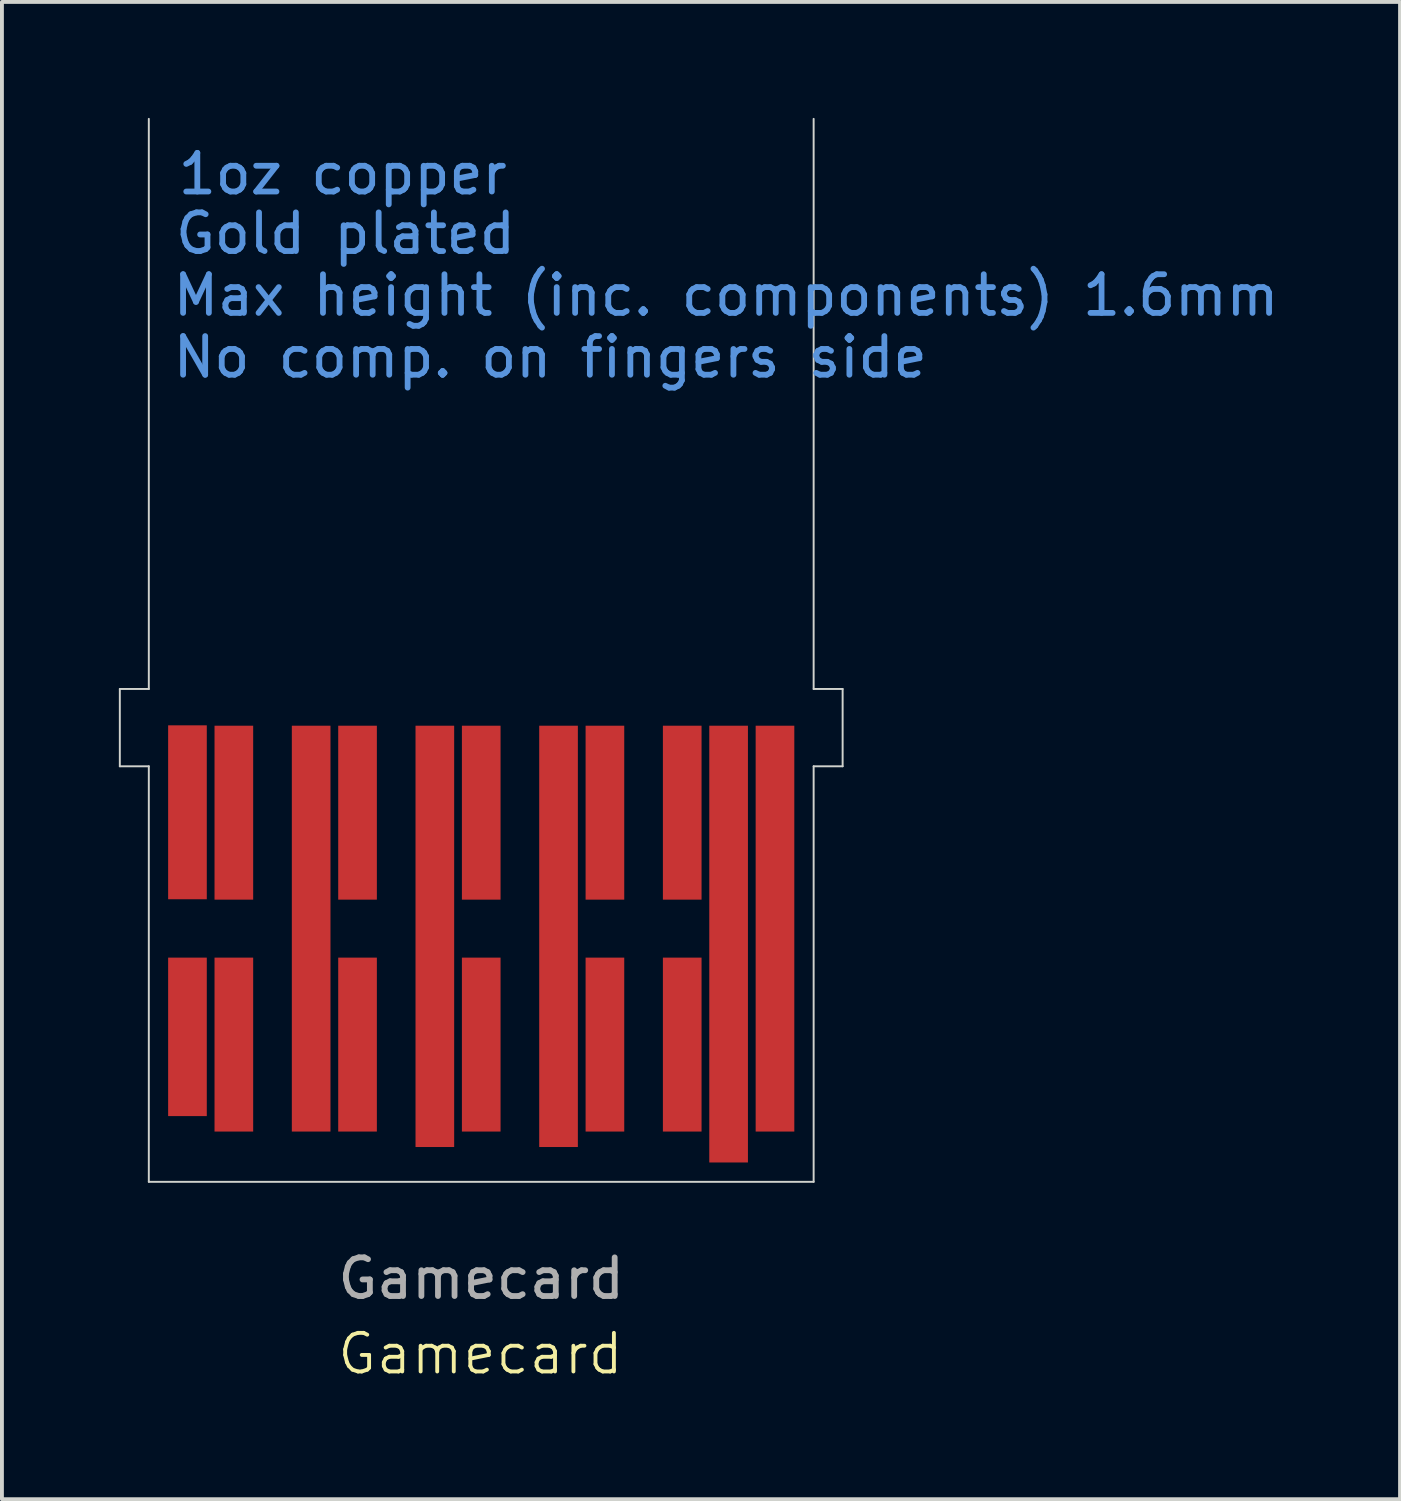
<source format=kicad_pcb>
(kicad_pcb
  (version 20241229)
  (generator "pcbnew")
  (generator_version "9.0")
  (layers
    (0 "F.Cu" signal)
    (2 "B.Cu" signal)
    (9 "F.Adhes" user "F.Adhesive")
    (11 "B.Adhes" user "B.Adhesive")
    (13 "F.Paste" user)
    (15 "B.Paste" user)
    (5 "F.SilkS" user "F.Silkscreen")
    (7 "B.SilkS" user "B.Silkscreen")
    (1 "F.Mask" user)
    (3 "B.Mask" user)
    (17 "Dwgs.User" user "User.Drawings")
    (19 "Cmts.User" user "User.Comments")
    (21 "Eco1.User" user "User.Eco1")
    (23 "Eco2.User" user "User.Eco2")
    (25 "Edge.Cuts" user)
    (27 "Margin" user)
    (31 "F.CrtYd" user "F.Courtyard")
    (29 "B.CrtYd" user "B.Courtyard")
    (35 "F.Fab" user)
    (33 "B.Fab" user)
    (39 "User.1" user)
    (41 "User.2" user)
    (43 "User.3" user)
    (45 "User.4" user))
  (footprint "Gamecard"
    (layer "F.Cu")
    (at 9.4 27.525)
    (property "Reference" "Gamecard" (at -0.02 4.45 0) (unlocked yes) (layer "F.SilkS") (effects (font (size 1 1) (thickness 0.1))))
    (attr smd)
    (fp_rect (start -9.35 -11.8) (end -8.6 -10.75) (stroke (width 0.1) (type solid)) (fill yes) (layer "F.Mask"))
    (fp_rect (start -8.6 -11.8) (end 8.6 0) (stroke (width 0.1) (type solid)) (fill yes) (layer "F.Mask"))
    (fp_rect (start 8.6 -11.8) (end 9.35 -10.75) (stroke (width 0.1) (type solid)) (fill yes) (layer "F.Mask"))
    (fp_line (start -9.35 -12.75) (end -8.6 -12.75) (stroke (width 0.05) (type default)) (layer "Edge.Cuts"))
    (fp_line (start -9.35 -10.75) (end -9.35 -12.75) (stroke (width 0.05) (type default)) (layer "Edge.Cuts"))
    (fp_line (start -8.6 -27.5) (end -8.6 -12.75) (stroke (width 0.05) (type default)) (layer "Edge.Cuts"))
    (fp_line (start -8.6 -10.75) (end -9.35 -10.75) (stroke (width 0.05) (type default)) (layer "Edge.Cuts"))
    (fp_line (start -8.6 0) (end -8.6 -10.75) (stroke (width 0.05) (type default)) (layer "Edge.Cuts"))
    (fp_line (start -8.6 0) (end 8.6 0) (stroke (width 0.05) (type default)) (layer "Edge.Cuts"))
    (fp_line (start 8.6 -12.75) (end 8.6 -27.5) (stroke (width 0.05) (type default)) (layer "Edge.Cuts"))
    (fp_line (start 8.6 -10.75) (end 9.35 -10.75) (stroke (width 0.05) (type default)) (layer "Edge.Cuts"))
    (fp_line (start 8.6 0) (end 8.6 -10.75) (stroke (width 0.05) (type default)) (layer "Edge.Cuts"))
    (fp_line (start 9.35 -12.75) (end 8.6 -12.75) (stroke (width 0.05) (type default)) (layer "Edge.Cuts"))
    (fp_line (start 9.35 -10.75) (end 9.35 -12.75) (stroke (width 0.05) (type default)) (layer "Edge.Cuts"))
    (fp_text user "Gold plated" (at -7.99 -23.95 0) (unlocked yes) (layer "Cmts.User") (effects (font (size 1 1) (thickness 0.15)) (justify left bottom)))
    (fp_text user "No comp. on fingers side" (at -8.05 -20.75 0) (unlocked yes) (layer "Cmts.User") (effects (font (size 1 1) (thickness 0.15)) (justify left bottom)))
    (fp_text user "Max height (inc. components) 1.6mm" (at -8.05 -22.35 0) (unlocked yes) (layer "Cmts.User") (effects (font (size 1 1) (thickness 0.15)) (justify left bottom)))
    (fp_text user "1oz copper" (at -7.92 -25.49 0) (unlocked yes) (layer "Cmts.User") (effects (font (size 1 1) (thickness 0.15)) (justify left bottom)))
    (fp_text user "${REFERENCE}" (at 0 2.5 0) (unlocked yes) (layer "F.Fab") (effects (font (size 1 1) (thickness 0.15))))
    (pad "1" smd rect (at -7.6 -9.56) (size 1 4.5) (layers "F.Cu" "F.Mask" "F.Paste"))
    (pad "2" smd rect (at -7.6 -3.75) (size 1 4.1) (layers "F.Cu" "F.Mask" "F.Paste"))
    (pad "3" smd rect (at -6.4 -3.55) (size 1 4.5) (layers "F.Cu" "F.Mask" "F.Paste"))
    (pad "4" smd rect (at -6.4 -9.55) (size 1 4.5) (layers "F.Cu" "F.Mask" "F.Paste"))
    (pad "5" smd rect (at -4.4 -6.55) (size 1 10.5) (layers "F.Cu" "F.Mask" "F.Paste"))
    (pad "6" smd rect (at -3.2 -3.55) (size 1 4.5) (layers "F.Cu" "F.Mask" "F.Paste"))
    (pad "7" smd rect (at -3.2 -9.55) (size 1 4.5) (layers "F.Cu" "F.Mask" "F.Paste"))
    (pad "8" smd rect (at -1.2 -6.35) (size 1 10.9) (layers "F.Cu" "F.Mask" "F.Paste"))
    (pad "9" smd rect (at 0 -3.55) (size 1 4.5) (layers "F.Cu" "F.Mask" "F.Paste"))
    (pad "10" smd rect (at 0 -9.55) (size 1 4.5) (layers "F.Cu" "F.Mask" "F.Paste"))
    (pad "11" smd rect (at 2 -6.35) (size 1 10.9) (layers "F.Cu" "F.Mask" "F.Paste"))
    (pad "12" smd rect (at 3.2 -3.55) (size 1 4.5) (layers "F.Cu" "F.Mask" "F.Paste"))
    (pad "13" smd rect (at 3.2 -9.55) (size 1 4.5) (layers "F.Cu" "F.Mask" "F.Paste"))
    (pad "14" smd rect (at 5.2 -3.55) (size 1 4.5) (layers "F.Cu" "F.Mask" "F.Paste"))
    (pad "15" smd rect (at 5.2 -9.55) (size 1 4.5) (layers "F.Cu" "F.Mask" "F.Paste"))
    (pad "16" smd rect (at 6.4 -6.15) (size 1 11.3) (layers "F.Cu" "F.Mask" "F.Paste"))
    (pad "17" smd rect (at 7.6 -6.55) (size 1 10.5) (layers "F.Cu" "F.Mask" "F.Paste")))
  (gr_rect
    (start -3 -3)
    (end 33.171 35.736)
    (stroke (width 0.1) (type default))
    (fill no)
    (layer "Edge.Cuts")))
</source>
